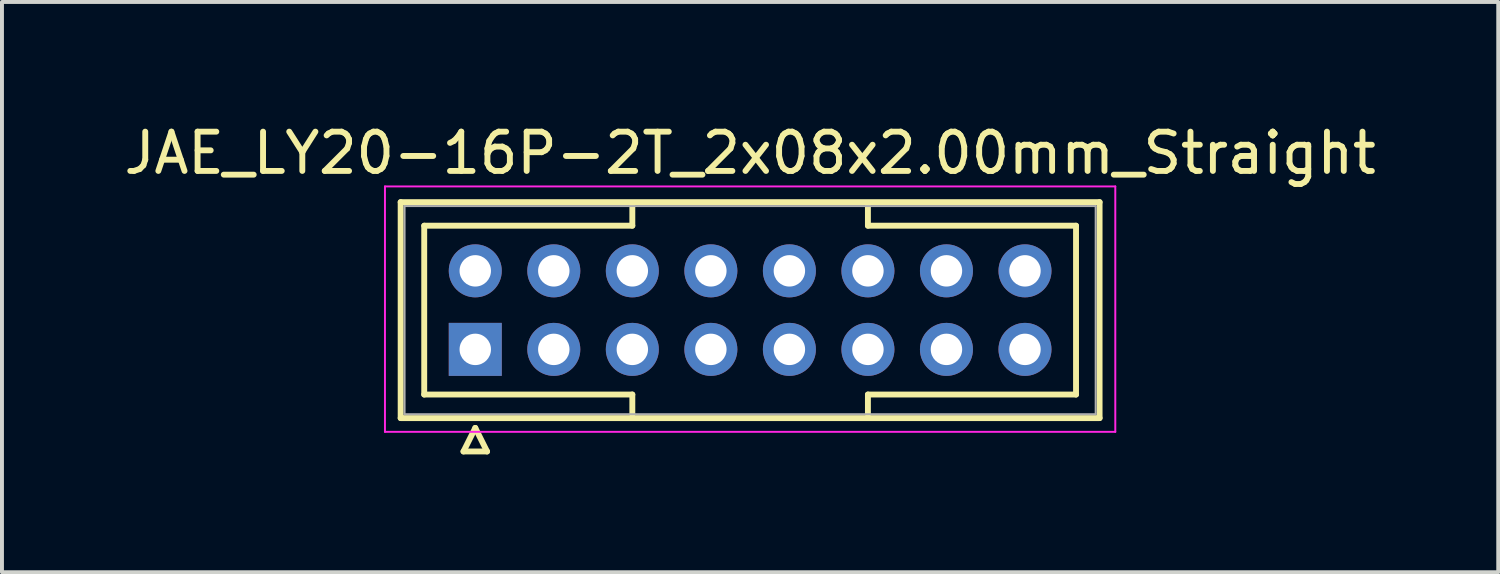
<source format=kicad_pcb>
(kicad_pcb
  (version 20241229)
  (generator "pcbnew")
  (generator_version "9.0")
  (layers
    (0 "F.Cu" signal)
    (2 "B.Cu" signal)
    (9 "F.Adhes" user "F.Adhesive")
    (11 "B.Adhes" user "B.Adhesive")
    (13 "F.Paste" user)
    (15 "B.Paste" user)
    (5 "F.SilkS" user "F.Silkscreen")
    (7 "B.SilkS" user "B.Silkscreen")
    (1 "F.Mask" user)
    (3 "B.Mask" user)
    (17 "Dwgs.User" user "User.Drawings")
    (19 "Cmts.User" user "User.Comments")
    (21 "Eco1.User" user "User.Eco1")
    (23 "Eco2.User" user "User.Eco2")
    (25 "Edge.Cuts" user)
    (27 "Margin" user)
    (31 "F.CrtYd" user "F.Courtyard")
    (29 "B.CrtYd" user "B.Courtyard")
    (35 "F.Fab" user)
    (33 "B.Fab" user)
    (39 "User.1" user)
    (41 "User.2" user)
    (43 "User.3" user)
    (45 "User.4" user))
  (footprint "JAE_LY20-16P-2T_2x08x2.00mm_Straight"
    (layer "F.Cu")
    (at 9.054 5.848)
    (property "Reference" "JAE_LY20-16P-2T_2x08x2.00mm_Straight" (at 7 -5 0) (layer "F.SilkS") (effects (font (size 1 1) (thickness 0.15))))
    (attr through_hole)
    (fp_line (start -1.9 -3.75) (end -1.9 1.75) (stroke (width 0.15) (type solid)) (layer "F.SilkS"))
    (fp_line (start -1.9 1.75) (end 15.9 1.75) (stroke (width 0.15) (type solid)) (layer "F.SilkS"))
    (fp_line (start -1.3 -3.15) (end 4 -3.15) (stroke (width 0.15) (type solid)) (layer "F.SilkS"))
    (fp_line (start -1.3 1.15) (end -1.3 -3.15) (stroke (width 0.15) (type solid)) (layer "F.SilkS"))
    (fp_line (start -0.3 2.6) (end 0.3 2.6) (stroke (width 0.15) (type solid)) (layer "F.SilkS"))
    (fp_line (start 0 2) (end -0.3 2.6) (stroke (width 0.15) (type solid)) (layer "F.SilkS"))
    (fp_line (start 0.3 2.6) (end 0 2) (stroke (width 0.15) (type solid)) (layer "F.SilkS"))
    (fp_line (start 4 -3.15) (end 4 -3.65) (stroke (width 0.15) (type solid)) (layer "F.SilkS"))
    (fp_line (start 4 1.15) (end -1.3 1.15) (stroke (width 0.15) (type solid)) (layer "F.SilkS"))
    (fp_line (start 4 1.65) (end 4 1.15) (stroke (width 0.15) (type solid)) (layer "F.SilkS"))
    (fp_line (start 10 -3.15) (end 10 -3.65) (stroke (width 0.15) (type solid)) (layer "F.SilkS"))
    (fp_line (start 10 1.15) (end 15.3 1.15) (stroke (width 0.15) (type solid)) (layer "F.SilkS"))
    (fp_line (start 10 1.65) (end 10 1.15) (stroke (width 0.15) (type solid)) (layer "F.SilkS"))
    (fp_line (start 15.3 -3.15) (end 10 -3.15) (stroke (width 0.15) (type solid)) (layer "F.SilkS"))
    (fp_line (start 15.3 1.15) (end 15.3 -3.15) (stroke (width 0.15) (type solid)) (layer "F.SilkS"))
    (fp_line (start 15.9 -3.75) (end -1.9 -3.75) (stroke (width 0.15) (type solid)) (layer "F.SilkS"))
    (fp_line (start 15.9 1.75) (end 15.9 -3.75) (stroke (width 0.15) (type solid)) (layer "F.SilkS"))
    (fp_line (start -2.3 -4.15) (end -2.3 2.1) (stroke (width 0.05) (type solid)) (layer "F.CrtYd"))
    (fp_line (start -2.3 2.1) (end 16.3 2.1) (stroke (width 0.05) (type solid)) (layer "F.CrtYd"))
    (fp_line (start 16.3 -4.15) (end -2.3 -4.15) (stroke (width 0.05) (type solid)) (layer "F.CrtYd"))
    (fp_line (start 16.3 2.1) (end 16.3 -4.15) (stroke (width 0.05) (type solid)) (layer "F.CrtYd"))
    (fp_line (start -1.8 -3.65) (end -1.8 1.65) (stroke (width 0.05) (type solid)) (layer "F.Fab"))
    (fp_line (start -1.8 1.65) (end 15.8 1.65) (stroke (width 0.05) (type solid)) (layer "F.Fab"))
    (fp_line (start 15.8 -3.65) (end -1.8 -3.65) (stroke (width 0.05) (type solid)) (layer "F.Fab"))
    (fp_line (start 15.8 1.65) (end 15.8 -3.65) (stroke (width 0.05) (type solid)) (layer "F.Fab"))
    (pad "1" thru_hole rect (at 0 0) (size 1.35 1.35) (drill 0.8) (layers "*.Cu" "*.Mask"))
    (pad "2" thru_hole circle (at 0 -2) (size 1.35 1.35) (drill 0.8) (layers "*.Cu" "*.Mask"))
    (pad "3" thru_hole circle (at 2 0) (size 1.35 1.35) (drill 0.8) (layers "*.Cu" "*.Mask"))
    (pad "4" thru_hole circle (at 2 -2) (size 1.35 1.35) (drill 0.8) (layers "*.Cu" "*.Mask"))
    (pad "5" thru_hole circle (at 4 0) (size 1.35 1.35) (drill 0.8) (layers "*.Cu" "*.Mask"))
    (pad "6" thru_hole circle (at 4 -2) (size 1.35 1.35) (drill 0.8) (layers "*.Cu" "*.Mask"))
    (pad "7" thru_hole circle (at 6 0) (size 1.35 1.35) (drill 0.8) (layers "*.Cu" "*.Mask"))
    (pad "8" thru_hole circle (at 6 -2) (size 1.35 1.35) (drill 0.8) (layers "*.Cu" "*.Mask"))
    (pad "9" thru_hole circle (at 8 0) (size 1.35 1.35) (drill 0.8) (layers "*.Cu" "*.Mask"))
    (pad "10" thru_hole circle (at 8 -2) (size 1.35 1.35) (drill 0.8) (layers "*.Cu" "*.Mask"))
    (pad "11" thru_hole circle (at 10 0) (size 1.35 1.35) (drill 0.8) (layers "*.Cu" "*.Mask"))
    (pad "12" thru_hole circle (at 10 -2) (size 1.35 1.35) (drill 0.8) (layers "*.Cu" "*.Mask"))
    (pad "13" thru_hole circle (at 12 0) (size 1.35 1.35) (drill 0.8) (layers "*.Cu" "*.Mask"))
    (pad "14" thru_hole circle (at 12 -2) (size 1.35 1.35) (drill 0.8) (layers "*.Cu" "*.Mask"))
    (pad "15" thru_hole circle (at 14 0) (size 1.35 1.35) (drill 0.8) (layers "*.Cu" "*.Mask"))
    (pad "16" thru_hole circle (at 14 -2) (size 1.35 1.35) (drill 0.8) (layers "*.Cu" "*.Mask")))
  (gr_rect
    (start -3 -3)
    (end 35.107 11.523)
    (stroke (width 0.1) (type default))
    (fill no)
    (layer "Edge.Cuts")))
</source>
